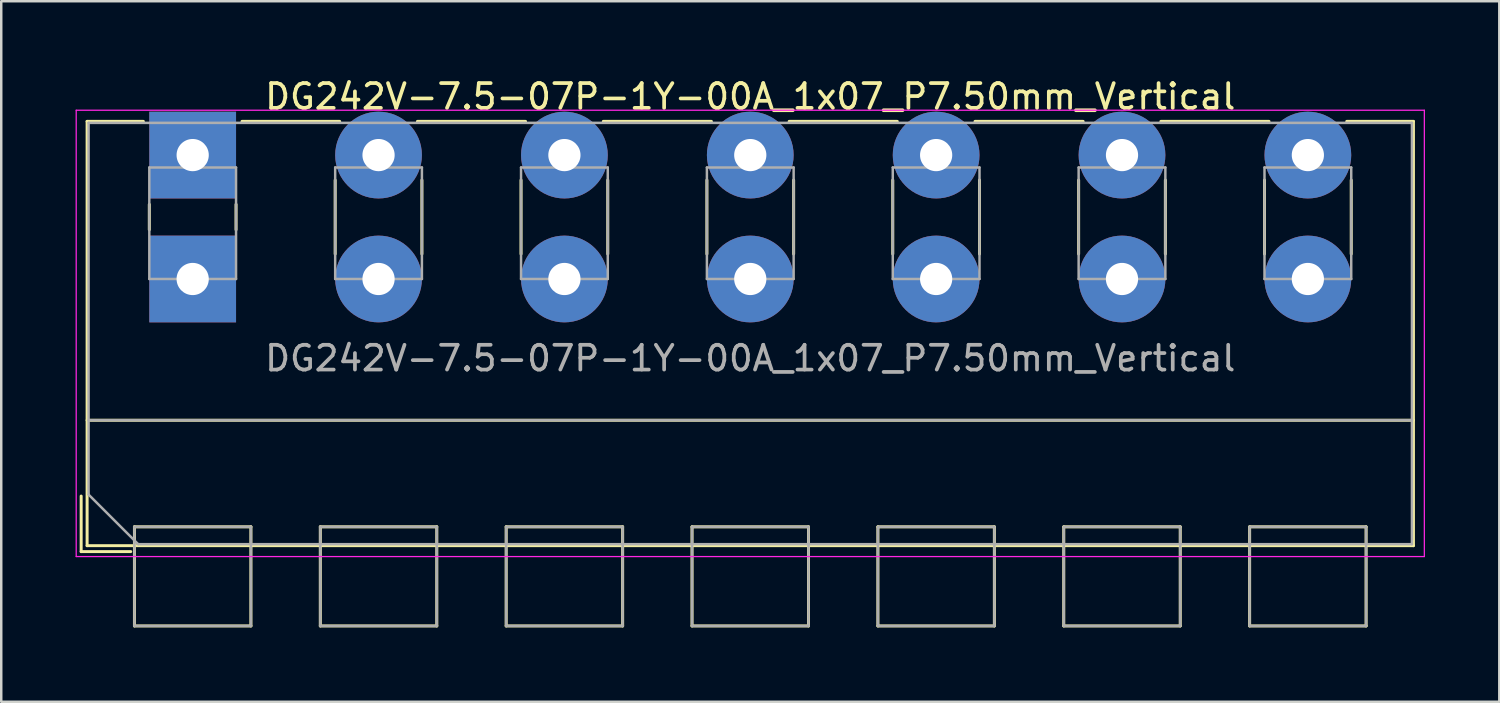
<source format=kicad_pcb>
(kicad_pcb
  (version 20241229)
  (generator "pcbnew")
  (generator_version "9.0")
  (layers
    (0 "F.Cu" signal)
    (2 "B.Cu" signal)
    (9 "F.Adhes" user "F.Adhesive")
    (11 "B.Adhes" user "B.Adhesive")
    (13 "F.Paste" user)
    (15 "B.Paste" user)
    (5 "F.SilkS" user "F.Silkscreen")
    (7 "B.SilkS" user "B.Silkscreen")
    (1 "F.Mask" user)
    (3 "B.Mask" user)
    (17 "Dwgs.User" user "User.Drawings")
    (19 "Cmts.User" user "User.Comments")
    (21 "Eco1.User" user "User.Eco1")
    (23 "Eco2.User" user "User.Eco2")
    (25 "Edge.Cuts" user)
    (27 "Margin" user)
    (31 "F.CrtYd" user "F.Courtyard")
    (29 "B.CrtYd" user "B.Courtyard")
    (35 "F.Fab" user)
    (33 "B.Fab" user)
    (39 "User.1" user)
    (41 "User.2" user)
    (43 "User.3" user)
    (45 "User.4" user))
  (footprint "DG242V-7.5-07P-1Y-00A_1x07_P7.50mm_Vertical"
    (layer "F.Cu")
    (at 4.725 8.208)
    (property "Reference" "DG242V-7.5-07P-1Y-00A_1x07_P7.50mm_Vertical" (at 22.5 -7.36 0) (layer "F.SilkS") (effects (font (size 1 1) (thickness 0.15))))
    (attr through_hole)
    (fp_line (start -4.5 8.76) (end -4.5 11) (stroke (width 0.12) (type solid)) (layer "F.SilkS"))
    (fp_line (start -4.5 11) (end -2.5 11) (stroke (width 0.12) (type solid)) (layer "F.SilkS"))
    (fp_line (start -4.26 -6.36) (end -4.26 10.761) (stroke (width 0.12) (type solid)) (layer "F.SilkS"))
    (fp_line (start -4.26 -6.36) (end -1.99 -6.36) (stroke (width 0.12) (type solid)) (layer "F.SilkS"))
    (fp_line (start -4.26 5.7) (end 49.26 5.7) (stroke (width 0.12) (type solid)) (layer "F.SilkS"))
    (fp_line (start -4.26 10.761) (end 49.26 10.761) (stroke (width 0.12) (type solid)) (layer "F.SilkS"))
    (fp_line (start -2.35 10) (end -2.35 14) (stroke (width 0.12) (type solid)) (layer "F.SilkS"))
    (fp_line (start -2.35 10) (end 2.35 10) (stroke (width 0.12) (type solid)) (layer "F.SilkS"))
    (fp_line (start -2.35 14) (end 2.35 14) (stroke (width 0.12) (type solid)) (layer "F.SilkS"))
    (fp_line (start -1.75 -3.01) (end -1.75 -1.99) (stroke (width 0.12) (type solid)) (layer "F.SilkS"))
    (fp_line (start 1.75 -3.01) (end 1.75 -1.99) (stroke (width 0.12) (type solid)) (layer "F.SilkS"))
    (fp_line (start 1.99 -6.36) (end 5.932 -6.36) (stroke (width 0.12) (type solid)) (layer "F.SilkS"))
    (fp_line (start 2.35 10) (end 2.35 14) (stroke (width 0.12) (type solid)) (layer "F.SilkS"))
    (fp_line (start 5.15 10) (end 5.15 14) (stroke (width 0.12) (type solid)) (layer "F.SilkS"))
    (fp_line (start 5.15 10) (end 9.851 10) (stroke (width 0.12) (type solid)) (layer "F.SilkS"))
    (fp_line (start 5.15 14) (end 9.851 14) (stroke (width 0.12) (type solid)) (layer "F.SilkS"))
    (fp_line (start 5.75 -3.99) (end 5.75 -1.01) (stroke (width 0.12) (type solid)) (layer "F.SilkS"))
    (fp_line (start 9.069 -6.36) (end 13.432 -6.36) (stroke (width 0.12) (type solid)) (layer "F.SilkS"))
    (fp_line (start 9.25 -3.99) (end 9.25 -1.01) (stroke (width 0.12) (type solid)) (layer "F.SilkS"))
    (fp_line (start 9.851 10) (end 9.851 14) (stroke (width 0.12) (type solid)) (layer "F.SilkS"))
    (fp_line (start 12.65 10) (end 12.65 14) (stroke (width 0.12) (type solid)) (layer "F.SilkS"))
    (fp_line (start 12.65 10) (end 17.35 10) (stroke (width 0.12) (type solid)) (layer "F.SilkS"))
    (fp_line (start 12.65 14) (end 17.35 14) (stroke (width 0.12) (type solid)) (layer "F.SilkS"))
    (fp_line (start 13.25 -3.99) (end 13.25 -1.01) (stroke (width 0.12) (type solid)) (layer "F.SilkS"))
    (fp_line (start 16.569 -6.36) (end 20.932 -6.36) (stroke (width 0.12) (type solid)) (layer "F.SilkS"))
    (fp_line (start 16.75 -3.99) (end 16.75 -1.01) (stroke (width 0.12) (type solid)) (layer "F.SilkS"))
    (fp_line (start 17.35 10) (end 17.35 14) (stroke (width 0.12) (type solid)) (layer "F.SilkS"))
    (fp_line (start 20.15 10) (end 20.15 14) (stroke (width 0.12) (type solid)) (layer "F.SilkS"))
    (fp_line (start 20.15 10) (end 24.85 10) (stroke (width 0.12) (type solid)) (layer "F.SilkS"))
    (fp_line (start 20.15 14) (end 24.85 14) (stroke (width 0.12) (type solid)) (layer "F.SilkS"))
    (fp_line (start 20.75 -3.99) (end 20.75 -1.01) (stroke (width 0.12) (type solid)) (layer "F.SilkS"))
    (fp_line (start 24.069 -6.36) (end 28.432 -6.36) (stroke (width 0.12) (type solid)) (layer "F.SilkS"))
    (fp_line (start 24.25 -3.99) (end 24.25 -1.01) (stroke (width 0.12) (type solid)) (layer "F.SilkS"))
    (fp_line (start 24.85 10) (end 24.85 14) (stroke (width 0.12) (type solid)) (layer "F.SilkS"))
    (fp_line (start 27.65 10) (end 27.65 14) (stroke (width 0.12) (type solid)) (layer "F.SilkS"))
    (fp_line (start 27.65 10) (end 32.35 10) (stroke (width 0.12) (type solid)) (layer "F.SilkS"))
    (fp_line (start 27.65 14) (end 32.35 14) (stroke (width 0.12) (type solid)) (layer "F.SilkS"))
    (fp_line (start 28.25 -3.99) (end 28.25 -1.01) (stroke (width 0.12) (type solid)) (layer "F.SilkS"))
    (fp_line (start 31.569 -6.36) (end 35.932 -6.36) (stroke (width 0.12) (type solid)) (layer "F.SilkS"))
    (fp_line (start 31.75 -3.99) (end 31.75 -1.01) (stroke (width 0.12) (type solid)) (layer "F.SilkS"))
    (fp_line (start 32.35 10) (end 32.35 14) (stroke (width 0.12) (type solid)) (layer "F.SilkS"))
    (fp_line (start 35.15 10) (end 35.15 14) (stroke (width 0.12) (type solid)) (layer "F.SilkS"))
    (fp_line (start 35.15 10) (end 39.85 10) (stroke (width 0.12) (type solid)) (layer "F.SilkS"))
    (fp_line (start 35.15 14) (end 39.85 14) (stroke (width 0.12) (type solid)) (layer "F.SilkS"))
    (fp_line (start 35.75 -3.99) (end 35.75 -1.01) (stroke (width 0.12) (type solid)) (layer "F.SilkS"))
    (fp_line (start 39.069 -6.36) (end 43.432 -6.36) (stroke (width 0.12) (type solid)) (layer "F.SilkS"))
    (fp_line (start 39.25 -3.99) (end 39.25 -1.01) (stroke (width 0.12) (type solid)) (layer "F.SilkS"))
    (fp_line (start 39.85 10) (end 39.85 14) (stroke (width 0.12) (type solid)) (layer "F.SilkS"))
    (fp_line (start 42.65 10) (end 42.65 14) (stroke (width 0.12) (type solid)) (layer "F.SilkS"))
    (fp_line (start 42.65 10) (end 47.35 10) (stroke (width 0.12) (type solid)) (layer "F.SilkS"))
    (fp_line (start 42.65 14) (end 47.35 14) (stroke (width 0.12) (type solid)) (layer "F.SilkS"))
    (fp_line (start 43.25 -3.99) (end 43.25 -1.01) (stroke (width 0.12) (type solid)) (layer "F.SilkS"))
    (fp_line (start 46.569 -6.36) (end 49.26 -6.36) (stroke (width 0.12) (type solid)) (layer "F.SilkS"))
    (fp_line (start 46.75 -3.99) (end 46.75 -1.01) (stroke (width 0.12) (type solid)) (layer "F.SilkS"))
    (fp_line (start 47.35 10) (end 47.35 14) (stroke (width 0.12) (type solid)) (layer "F.SilkS"))
    (fp_line (start 49.26 -6.36) (end 49.26 10.761) (stroke (width 0.12) (type solid)) (layer "F.SilkS"))
    (fp_line (start -4.7 -6.81) (end -4.7 11.2) (stroke (width 0.05) (type solid)) (layer "F.CrtYd"))
    (fp_line (start -4.7 11.2) (end 49.7 11.2) (stroke (width 0.05) (type solid)) (layer "F.CrtYd"))
    (fp_line (start 49.7 -6.81) (end -4.7 -6.81) (stroke (width 0.05) (type solid)) (layer "F.CrtYd"))
    (fp_line (start 49.7 11.2) (end 49.7 -6.81) (stroke (width 0.05) (type solid)) (layer "F.CrtYd"))
    (fp_line (start -4.2 -6.3) (end 49.2 -6.3) (stroke (width 0.1) (type solid)) (layer "F.Fab"))
    (fp_line (start -4.2 5.7) (end 49.2 5.7) (stroke (width 0.1) (type solid)) (layer "F.Fab"))
    (fp_line (start -4.2 8.7) (end -4.2 -6.3) (stroke (width 0.1) (type solid)) (layer "F.Fab"))
    (fp_line (start -2.35 10) (end -2.35 14) (stroke (width 0.1) (type solid)) (layer "F.Fab"))
    (fp_line (start -2.35 14) (end 2.35 14) (stroke (width 0.1) (type solid)) (layer "F.Fab"))
    (fp_line (start -2.2 10.7) (end -4.2 8.7) (stroke (width 0.1) (type solid)) (layer "F.Fab"))
    (fp_line (start -1.75 -4.5) (end -1.75 0) (stroke (width 0.1) (type solid)) (layer "F.Fab"))
    (fp_line (start -1.75 0) (end 1.75 0) (stroke (width 0.1) (type solid)) (layer "F.Fab"))
    (fp_line (start 1.75 -4.5) (end -1.75 -4.5) (stroke (width 0.1) (type solid)) (layer "F.Fab"))
    (fp_line (start 1.75 0) (end 1.75 -4.5) (stroke (width 0.1) (type solid)) (layer "F.Fab"))
    (fp_line (start 2.35 10) (end -2.35 10) (stroke (width 0.1) (type solid)) (layer "F.Fab"))
    (fp_line (start 2.35 14) (end 2.35 10) (stroke (width 0.1) (type solid)) (layer "F.Fab"))
    (fp_line (start 5.15 10) (end 5.15 14) (stroke (width 0.1) (type solid)) (layer "F.Fab"))
    (fp_line (start 5.15 14) (end 9.85 14) (stroke (width 0.1) (type solid)) (layer "F.Fab"))
    (fp_line (start 5.75 -4.5) (end 5.75 0) (stroke (width 0.1) (type solid)) (layer "F.Fab"))
    (fp_line (start 5.75 0) (end 9.25 0) (stroke (width 0.1) (type solid)) (layer "F.Fab"))
    (fp_line (start 9.25 -4.5) (end 5.75 -4.5) (stroke (width 0.1) (type solid)) (layer "F.Fab"))
    (fp_line (start 9.25 0) (end 9.25 -4.5) (stroke (width 0.1) (type solid)) (layer "F.Fab"))
    (fp_line (start 9.85 10) (end 5.15 10) (stroke (width 0.1) (type solid)) (layer "F.Fab"))
    (fp_line (start 9.85 14) (end 9.85 10) (stroke (width 0.1) (type solid)) (layer "F.Fab"))
    (fp_line (start 12.65 10) (end 12.65 14) (stroke (width 0.1) (type solid)) (layer "F.Fab"))
    (fp_line (start 12.65 14) (end 17.35 14) (stroke (width 0.1) (type solid)) (layer "F.Fab"))
    (fp_line (start 13.25 -4.5) (end 13.25 0) (stroke (width 0.1) (type solid)) (layer "F.Fab"))
    (fp_line (start 13.25 0) (end 16.75 0) (stroke (width 0.1) (type solid)) (layer "F.Fab"))
    (fp_line (start 16.75 -4.5) (end 13.25 -4.5) (stroke (width 0.1) (type solid)) (layer "F.Fab"))
    (fp_line (start 16.75 0) (end 16.75 -4.5) (stroke (width 0.1) (type solid)) (layer "F.Fab"))
    (fp_line (start 17.35 10) (end 12.65 10) (stroke (width 0.1) (type solid)) (layer "F.Fab"))
    (fp_line (start 17.35 14) (end 17.35 10) (stroke (width 0.1) (type solid)) (layer "F.Fab"))
    (fp_line (start 20.15 10) (end 20.15 14) (stroke (width 0.1) (type solid)) (layer "F.Fab"))
    (fp_line (start 20.15 14) (end 24.85 14) (stroke (width 0.1) (type solid)) (layer "F.Fab"))
    (fp_line (start 20.75 -4.5) (end 20.75 0) (stroke (width 0.1) (type solid)) (layer "F.Fab"))
    (fp_line (start 20.75 0) (end 24.25 0) (stroke (width 0.1) (type solid)) (layer "F.Fab"))
    (fp_line (start 24.25 -4.5) (end 20.75 -4.5) (stroke (width 0.1) (type solid)) (layer "F.Fab"))
    (fp_line (start 24.25 0) (end 24.25 -4.5) (stroke (width 0.1) (type solid)) (layer "F.Fab"))
    (fp_line (start 24.85 10) (end 20.15 10) (stroke (width 0.1) (type solid)) (layer "F.Fab"))
    (fp_line (start 24.85 14) (end 24.85 10) (stroke (width 0.1) (type solid)) (layer "F.Fab"))
    (fp_line (start 27.65 10) (end 27.65 14) (stroke (width 0.1) (type solid)) (layer "F.Fab"))
    (fp_line (start 27.65 14) (end 32.35 14) (stroke (width 0.1) (type solid)) (layer "F.Fab"))
    (fp_line (start 28.25 -4.5) (end 28.25 0) (stroke (width 0.1) (type solid)) (layer "F.Fab"))
    (fp_line (start 28.25 0) (end 31.75 0) (stroke (width 0.1) (type solid)) (layer "F.Fab"))
    (fp_line (start 31.75 -4.5) (end 28.25 -4.5) (stroke (width 0.1) (type solid)) (layer "F.Fab"))
    (fp_line (start 31.75 0) (end 31.75 -4.5) (stroke (width 0.1) (type solid)) (layer "F.Fab"))
    (fp_line (start 32.35 10) (end 27.65 10) (stroke (width 0.1) (type solid)) (layer "F.Fab"))
    (fp_line (start 32.35 14) (end 32.35 10) (stroke (width 0.1) (type solid)) (layer "F.Fab"))
    (fp_line (start 35.15 10) (end 35.15 14) (stroke (width 0.1) (type solid)) (layer "F.Fab"))
    (fp_line (start 35.15 14) (end 39.85 14) (stroke (width 0.1) (type solid)) (layer "F.Fab"))
    (fp_line (start 35.75 -4.5) (end 35.75 0) (stroke (width 0.1) (type solid)) (layer "F.Fab"))
    (fp_line (start 35.75 0) (end 39.25 0) (stroke (width 0.1) (type solid)) (layer "F.Fab"))
    (fp_line (start 39.25 -4.5) (end 35.75 -4.5) (stroke (width 0.1) (type solid)) (layer "F.Fab"))
    (fp_line (start 39.25 0) (end 39.25 -4.5) (stroke (width 0.1) (type solid)) (layer "F.Fab"))
    (fp_line (start 39.85 10) (end 35.15 10) (stroke (width 0.1) (type solid)) (layer "F.Fab"))
    (fp_line (start 39.85 14) (end 39.85 10) (stroke (width 0.1) (type solid)) (layer "F.Fab"))
    (fp_line (start 42.65 10) (end 42.65 14) (stroke (width 0.1) (type solid)) (layer "F.Fab"))
    (fp_line (start 42.65 14) (end 47.35 14) (stroke (width 0.1) (type solid)) (layer "F.Fab"))
    (fp_line (start 43.25 -4.5) (end 43.25 0) (stroke (width 0.1) (type solid)) (layer "F.Fab"))
    (fp_line (start 43.25 0) (end 46.75 0) (stroke (width 0.1) (type solid)) (layer "F.Fab"))
    (fp_line (start 46.75 -4.5) (end 43.25 -4.5) (stroke (width 0.1) (type solid)) (layer "F.Fab"))
    (fp_line (start 46.75 0) (end 46.75 -4.5) (stroke (width 0.1) (type solid)) (layer "F.Fab"))
    (fp_line (start 47.35 10) (end 42.65 10) (stroke (width 0.1) (type solid)) (layer "F.Fab"))
    (fp_line (start 47.35 14) (end 47.35 10) (stroke (width 0.1) (type solid)) (layer "F.Fab"))
    (fp_line (start 49.2 -6.3) (end 49.2 10.7) (stroke (width 0.1) (type solid)) (layer "F.Fab"))
    (fp_line (start 49.2 10.7) (end -2.2 10.7) (stroke (width 0.1) (type solid)) (layer "F.Fab"))
    (fp_text user "${REFERENCE}" (at 22.5 3.2 0) (layer "F.Fab") (effects (font (size 1 1) (thickness 0.15))))
    (pad "1" thru_hole rect (at 0 -5) (size 3.5 3.5) (drill 1.3) (layers "*.Cu" "*.Mask"))
    (pad "1" thru_hole rect (at 0 0) (size 3.5 3.5) (drill 1.3) (layers "*.Cu" "*.Mask"))
    (pad "2" thru_hole circle (at 7.5 -5) (size 3.5 3.5) (drill 1.3) (layers "*.Cu" "*.Mask"))
    (pad "2" thru_hole circle (at 7.5 0) (size 3.5 3.5) (drill 1.3) (layers "*.Cu" "*.Mask"))
    (pad "3" thru_hole circle (at 15 -5) (size 3.5 3.5) (drill 1.3) (layers "*.Cu" "*.Mask"))
    (pad "3" thru_hole circle (at 15 0) (size 3.5 3.5) (drill 1.3) (layers "*.Cu" "*.Mask"))
    (pad "4" thru_hole circle (at 22.5 -5) (size 3.5 3.5) (drill 1.3) (layers "*.Cu" "*.Mask"))
    (pad "4" thru_hole circle (at 22.5 0) (size 3.5 3.5) (drill 1.3) (layers "*.Cu" "*.Mask"))
    (pad "5" thru_hole circle (at 30 -5) (size 3.5 3.5) (drill 1.3) (layers "*.Cu" "*.Mask"))
    (pad "5" thru_hole circle (at 30 0) (size 3.5 3.5) (drill 1.3) (layers "*.Cu" "*.Mask"))
    (pad "6" thru_hole circle (at 37.5 -5) (size 3.5 3.5) (drill 1.3) (layers "*.Cu" "*.Mask"))
    (pad "6" thru_hole circle (at 37.5 0) (size 3.5 3.5) (drill 1.3) (layers "*.Cu" "*.Mask"))
    (pad "7" thru_hole circle (at 45 -5) (size 3.5 3.5) (drill 1.3) (layers "*.Cu" "*.Mask"))
    (pad "7" thru_hole circle (at 45 0) (size 3.5 3.5) (drill 1.3) (layers "*.Cu" "*.Mask")))
  (gr_rect
    (start -3 -3)
    (end 57.45 25.268)
    (stroke (width 0.1) (type default))
    (fill no)
    (layer "Edge.Cuts")))
</source>
